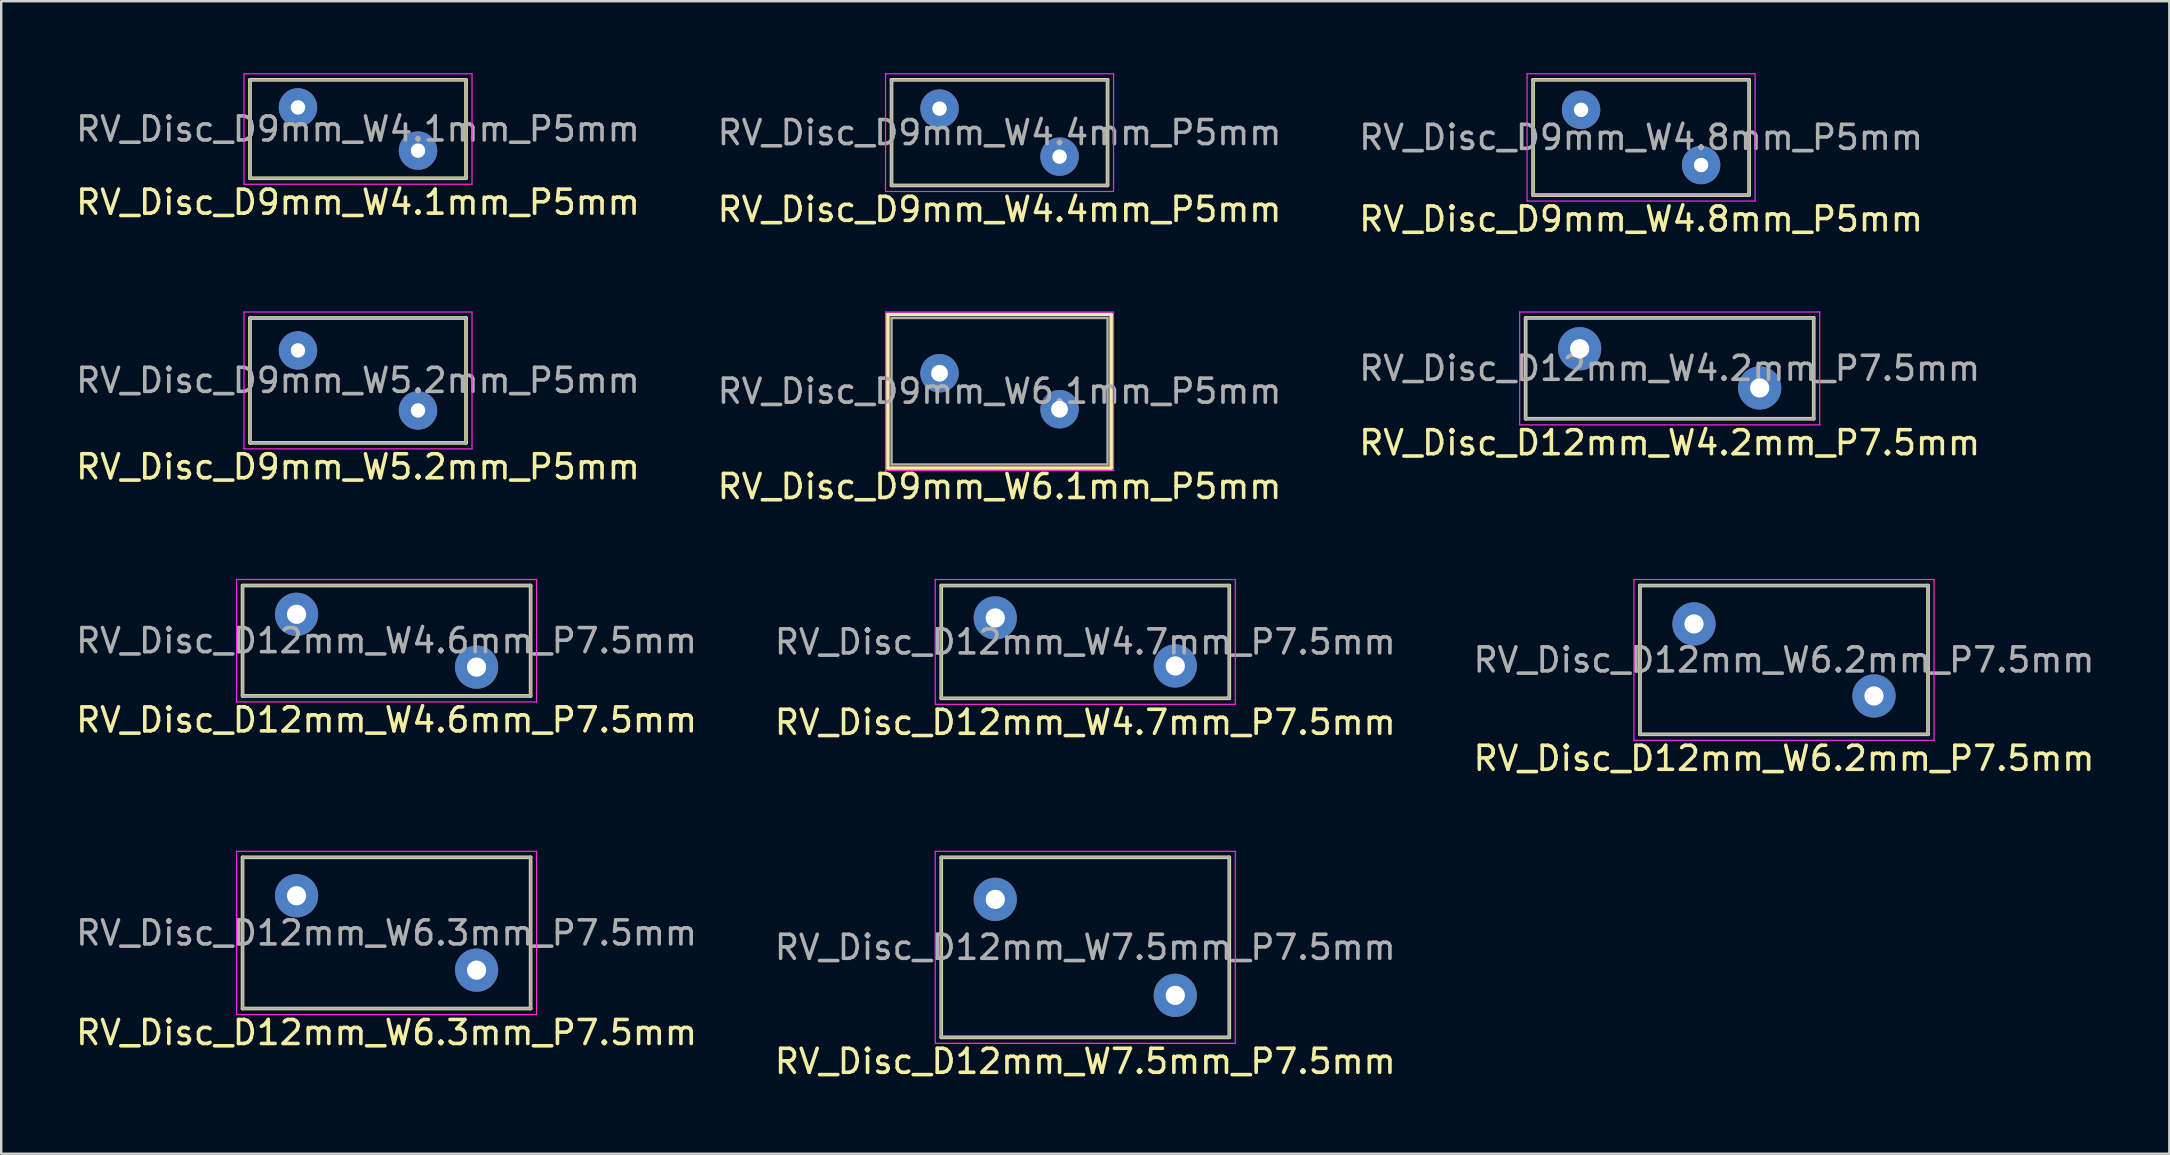
<source format=kicad_pcb>
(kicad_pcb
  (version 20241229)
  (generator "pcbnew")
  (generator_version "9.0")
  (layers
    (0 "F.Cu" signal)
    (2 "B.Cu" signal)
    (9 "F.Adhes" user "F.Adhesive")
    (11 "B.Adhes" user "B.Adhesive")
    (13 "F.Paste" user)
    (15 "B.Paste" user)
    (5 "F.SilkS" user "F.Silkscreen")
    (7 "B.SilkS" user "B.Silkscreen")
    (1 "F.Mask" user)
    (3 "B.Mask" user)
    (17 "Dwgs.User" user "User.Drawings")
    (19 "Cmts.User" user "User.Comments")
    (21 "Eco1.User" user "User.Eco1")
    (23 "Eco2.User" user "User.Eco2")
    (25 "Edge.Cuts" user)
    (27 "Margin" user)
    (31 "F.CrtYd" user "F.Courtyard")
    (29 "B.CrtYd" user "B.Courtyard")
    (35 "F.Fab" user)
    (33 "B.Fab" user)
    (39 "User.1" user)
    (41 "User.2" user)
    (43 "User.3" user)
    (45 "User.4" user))
  (footprint "RV_Disc_D9mm_W5.2mm_P5mm"
    (layer "F.Cu")
    (at 9.363 11.548)
    (property "Reference" "RV_Disc_D9mm_W5.2mm_P5mm" (at 2.5 4.85 0) (layer "F.SilkS") (effects (font (size 1 1) (thickness 0.15))))
    (attr through_hole)
    (fp_line (start -2 -1.35) (end -2 3.85) (stroke (width 0.15) (type solid)) (layer "F.SilkS"))
    (fp_line (start -2 -1.35) (end 7 -1.35) (stroke (width 0.15) (type solid)) (layer "F.SilkS"))
    (fp_line (start -2 3.85) (end 7 3.85) (stroke (width 0.15) (type solid)) (layer "F.SilkS"))
    (fp_line (start 7 -1.35) (end 7 3.85) (stroke (width 0.15) (type solid)) (layer "F.SilkS"))
    (fp_line (start -2.25 -1.6) (end -2.25 4.1) (stroke (width 0.05) (type solid)) (layer "F.CrtYd"))
    (fp_line (start -2.25 -1.6) (end 7.25 -1.6) (stroke (width 0.05) (type solid)) (layer "F.CrtYd"))
    (fp_line (start -2.25 4.1) (end 7.25 4.1) (stroke (width 0.05) (type solid)) (layer "F.CrtYd"))
    (fp_line (start 7.25 -1.6) (end 7.25 4.1) (stroke (width 0.05) (type solid)) (layer "F.CrtYd"))
    (fp_line (start -2 -1.35) (end -2 3.85) (stroke (width 0.1) (type solid)) (layer "F.Fab"))
    (fp_line (start -2 -1.35) (end 7 -1.35) (stroke (width 0.1) (type solid)) (layer "F.Fab"))
    (fp_line (start -2 3.85) (end 7 3.85) (stroke (width 0.1) (type solid)) (layer "F.Fab"))
    (fp_line (start 7 -1.35) (end 7 3.85) (stroke (width 0.1) (type solid)) (layer "F.Fab"))
    (fp_text user "${REFERENCE}" (at 2.5 1.25 0) (layer "F.Fab") (effects (font (size 1 1) (thickness 0.15))))
    (pad "1" thru_hole circle (at 0 0) (size 1.6 1.6) (drill 0.6) (layers "*.Cu" "*.Mask"))
    (pad "2" thru_hole circle (at 5 2.5) (size 1.6 1.6) (drill 0.6) (layers "*.Cu" "*.Mask")))
  (footprint "RV_Disc_D12mm_W6.2mm_P7.5mm"
    (layer "F.Cu")
    (at 67.518 22.942)
    (property "Reference" "RV_Disc_D12mm_W6.2mm_P7.5mm" (at 3.75 5.6 0) (layer "F.SilkS") (effects (font (size 1 1) (thickness 0.15))))
    (attr through_hole)
    (fp_line (start -2.25 -1.6) (end -2.25 4.6) (stroke (width 0.15) (type solid)) (layer "F.SilkS"))
    (fp_line (start -2.25 -1.6) (end 9.75 -1.6) (stroke (width 0.15) (type solid)) (layer "F.SilkS"))
    (fp_line (start -2.25 4.6) (end 9.75 4.6) (stroke (width 0.15) (type solid)) (layer "F.SilkS"))
    (fp_line (start 9.75 -1.6) (end 9.75 4.6) (stroke (width 0.15) (type solid)) (layer "F.SilkS"))
    (fp_line (start -2.5 -1.85) (end -2.5 4.85) (stroke (width 0.05) (type solid)) (layer "F.CrtYd"))
    (fp_line (start -2.5 -1.85) (end 10 -1.85) (stroke (width 0.05) (type solid)) (layer "F.CrtYd"))
    (fp_line (start -2.5 4.85) (end 10 4.85) (stroke (width 0.05) (type solid)) (layer "F.CrtYd"))
    (fp_line (start 10 -1.85) (end 10 4.85) (stroke (width 0.05) (type solid)) (layer "F.CrtYd"))
    (fp_line (start -2.25 -1.6) (end -2.25 4.6) (stroke (width 0.1) (type solid)) (layer "F.Fab"))
    (fp_line (start -2.25 -1.6) (end 9.75 -1.6) (stroke (width 0.1) (type solid)) (layer "F.Fab"))
    (fp_line (start -2.25 4.6) (end 9.75 4.6) (stroke (width 0.1) (type solid)) (layer "F.Fab"))
    (fp_line (start 9.75 -1.6) (end 9.75 4.6) (stroke (width 0.1) (type solid)) (layer "F.Fab"))
    (fp_text user "${REFERENCE}" (at 3.75 1.5 0) (layer "F.Fab") (effects (font (size 1 1) (thickness 0.15))))
    (pad "1" thru_hole circle (at 0 0) (size 1.8 1.8) (drill 0.8) (layers "*.Cu" "*.Mask"))
    (pad "2" thru_hole circle (at 7.5 3) (size 1.8 1.8) (drill 0.8) (layers "*.Cu" "*.Mask")))
  (footprint "RV_Disc_D9mm_W4.8mm_P5mm"
    (layer "F.Cu")
    (at 62.815 1.525)
    (property "Reference" "RV_Disc_D9mm_W4.8mm_P5mm" (at 2.5 4.55 0) (layer "F.SilkS") (effects (font (size 1 1) (thickness 0.15))))
    (attr through_hole)
    (fp_line (start -2 -1.25) (end -2 3.55) (stroke (width 0.15) (type solid)) (layer "F.SilkS"))
    (fp_line (start -2 -1.25) (end 7 -1.25) (stroke (width 0.15) (type solid)) (layer "F.SilkS"))
    (fp_line (start -2 3.55) (end 7 3.55) (stroke (width 0.15) (type solid)) (layer "F.SilkS"))
    (fp_line (start 7 -1.25) (end 7 3.55) (stroke (width 0.15) (type solid)) (layer "F.SilkS"))
    (fp_line (start -2.25 -1.5) (end -2.25 3.8) (stroke (width 0.05) (type solid)) (layer "F.CrtYd"))
    (fp_line (start -2.25 -1.5) (end 7.25 -1.5) (stroke (width 0.05) (type solid)) (layer "F.CrtYd"))
    (fp_line (start -2.25 3.8) (end 7.25 3.8) (stroke (width 0.05) (type solid)) (layer "F.CrtYd"))
    (fp_line (start 7.25 -1.5) (end 7.25 3.8) (stroke (width 0.05) (type solid)) (layer "F.CrtYd"))
    (fp_line (start -2 -1.25) (end -2 3.55) (stroke (width 0.1) (type solid)) (layer "F.Fab"))
    (fp_line (start -2 -1.25) (end 7 -1.25) (stroke (width 0.1) (type solid)) (layer "F.Fab"))
    (fp_line (start -2 3.55) (end 7 3.55) (stroke (width 0.1) (type solid)) (layer "F.Fab"))
    (fp_line (start 7 -1.25) (end 7 3.55) (stroke (width 0.1) (type solid)) (layer "F.Fab"))
    (fp_text user "${REFERENCE}" (at 2.5 1.15 0) (layer "F.Fab") (effects (font (size 1 1) (thickness 0.15))))
    (pad "1" thru_hole circle (at 0 0) (size 1.6 1.6) (drill 0.6) (layers "*.Cu" "*.Mask"))
    (pad "2" thru_hole circle (at 5 2.3) (size 1.6 1.6) (drill 0.6) (layers "*.Cu" "*.Mask")))
  (footprint "RV_Disc_D9mm_W4.1mm_P5mm"
    (layer "F.Cu")
    (at 9.363 1.425)
    (property "Reference" "RV_Disc_D9mm_W4.1mm_P5mm" (at 2.5 3.95 0) (layer "F.SilkS") (effects (font (size 1 1) (thickness 0.15))))
    (attr through_hole)
    (fp_line (start -2 -1.15) (end -2 2.95) (stroke (width 0.15) (type solid)) (layer "F.SilkS"))
    (fp_line (start -2 -1.15) (end 7 -1.15) (stroke (width 0.15) (type solid)) (layer "F.SilkS"))
    (fp_line (start -2 2.95) (end 7 2.95) (stroke (width 0.15) (type solid)) (layer "F.SilkS"))
    (fp_line (start 7 -1.15) (end 7 2.95) (stroke (width 0.15) (type solid)) (layer "F.SilkS"))
    (fp_line (start -2.25 -1.4) (end -2.25 3.2) (stroke (width 0.05) (type solid)) (layer "F.CrtYd"))
    (fp_line (start -2.25 -1.4) (end 7.25 -1.4) (stroke (width 0.05) (type solid)) (layer "F.CrtYd"))
    (fp_line (start -2.25 3.2) (end 7.25 3.2) (stroke (width 0.05) (type solid)) (layer "F.CrtYd"))
    (fp_line (start 7.25 -1.4) (end 7.25 3.2) (stroke (width 0.05) (type solid)) (layer "F.CrtYd"))
    (fp_line (start -2 -1.15) (end -2 2.95) (stroke (width 0.1) (type solid)) (layer "F.Fab"))
    (fp_line (start -2 -1.15) (end 7 -1.15) (stroke (width 0.1) (type solid)) (layer "F.Fab"))
    (fp_line (start -2 2.95) (end 7 2.95) (stroke (width 0.1) (type solid)) (layer "F.Fab"))
    (fp_line (start 7 -1.15) (end 7 2.95) (stroke (width 0.1) (type solid)) (layer "F.Fab"))
    (fp_text user "${REFERENCE}" (at 2.5 0.9 0) (layer "F.Fab") (effects (font (size 1 1) (thickness 0.15))))
    (pad "1" thru_hole circle (at 0 0) (size 1.6 1.6) (drill 0.6) (layers "*.Cu" "*.Mask"))
    (pad "2" thru_hole circle (at 5 1.8) (size 1.6 1.6) (drill 0.6) (layers "*.Cu" "*.Mask")))
  (footprint "RV_Disc_D12mm_W7.5mm_P7.5mm"
    (layer "F.Cu")
    (at 38.411 34.415)
    (property "Reference" "RV_Disc_D12mm_W7.5mm_P7.5mm" (at 3.75 6.75 0) (layer "F.SilkS") (effects (font (size 1 1) (thickness 0.15))))
    (attr through_hole)
    (fp_line (start -2.25 -1.75) (end -2.25 5.75) (stroke (width 0.15) (type solid)) (layer "F.SilkS"))
    (fp_line (start -2.25 -1.75) (end 9.75 -1.75) (stroke (width 0.15) (type solid)) (layer "F.SilkS"))
    (fp_line (start -2.25 5.75) (end 9.75 5.75) (stroke (width 0.15) (type solid)) (layer "F.SilkS"))
    (fp_line (start 9.75 -1.75) (end 9.75 5.75) (stroke (width 0.15) (type solid)) (layer "F.SilkS"))
    (fp_line (start -2.5 -2) (end -2.5 6) (stroke (width 0.05) (type solid)) (layer "F.CrtYd"))
    (fp_line (start -2.5 -2) (end 10 -2) (stroke (width 0.05) (type solid)) (layer "F.CrtYd"))
    (fp_line (start -2.5 6) (end 10 6) (stroke (width 0.05) (type solid)) (layer "F.CrtYd"))
    (fp_line (start 10 -2) (end 10 6) (stroke (width 0.05) (type solid)) (layer "F.CrtYd"))
    (fp_line (start -2.25 -1.75) (end -2.25 5.75) (stroke (width 0.1) (type solid)) (layer "F.Fab"))
    (fp_line (start -2.25 -1.75) (end 9.75 -1.75) (stroke (width 0.1) (type solid)) (layer "F.Fab"))
    (fp_line (start -2.25 5.75) (end 9.75 5.75) (stroke (width 0.1) (type solid)) (layer "F.Fab"))
    (fp_line (start 9.75 -1.75) (end 9.75 5.75) (stroke (width 0.1) (type solid)) (layer "F.Fab"))
    (fp_text user "${REFERENCE}" (at 3.75 2 0) (layer "F.Fab") (effects (font (size 1 1) (thickness 0.15))))
    (pad "1" thru_hole circle (at 0 0) (size 1.8 1.8) (drill 0.8) (layers "*.Cu" "*.Mask"))
    (pad "2" thru_hole circle (at 7.5 4) (size 1.8 1.8) (drill 0.8) (layers "*.Cu" "*.Mask")))
  (footprint "RV_Disc_D12mm_W4.2mm_P7.5mm"
    (layer "F.Cu")
    (at 62.756 11.478)
    (property "Reference" "RV_Disc_D12mm_W4.2mm_P7.5mm" (at 3.75 3.917 0) (layer "F.SilkS") (effects (font (size 1 1) (thickness 0.15))))
    (attr through_hole)
    (fp_line (start -2.25 -1.283) (end -2.25 2.917) (stroke (width 0.15) (type solid)) (layer "F.SilkS"))
    (fp_line (start -2.25 -1.283) (end 9.75 -1.283) (stroke (width 0.15) (type solid)) (layer "F.SilkS"))
    (fp_line (start -2.25 2.917) (end 9.75 2.917) (stroke (width 0.15) (type solid)) (layer "F.SilkS"))
    (fp_line (start 9.75 -1.283) (end 9.75 2.917) (stroke (width 0.15) (type solid)) (layer "F.SilkS"))
    (fp_line (start -2.5 -1.53) (end -2.5 3.17) (stroke (width 0.05) (type solid)) (layer "F.CrtYd"))
    (fp_line (start -2.5 -1.53) (end 10 -1.53) (stroke (width 0.05) (type solid)) (layer "F.CrtYd"))
    (fp_line (start -2.5 3.17) (end 10 3.17) (stroke (width 0.05) (type solid)) (layer "F.CrtYd"))
    (fp_line (start 10 -1.53) (end 10 3.17) (stroke (width 0.05) (type solid)) (layer "F.CrtYd"))
    (fp_line (start -2.25 -1.283) (end -2.25 2.917) (stroke (width 0.1) (type solid)) (layer "F.Fab"))
    (fp_line (start -2.25 -1.283) (end 9.75 -1.283) (stroke (width 0.1) (type solid)) (layer "F.Fab"))
    (fp_line (start -2.25 2.917) (end 9.75 2.917) (stroke (width 0.1) (type solid)) (layer "F.Fab"))
    (fp_line (start 9.75 -1.283) (end 9.75 2.917) (stroke (width 0.1) (type solid)) (layer "F.Fab"))
    (fp_text user "${REFERENCE}" (at 3.75 0.817 0) (layer "F.Fab") (effects (font (size 1 1) (thickness 0.15))))
    (pad "1" thru_hole circle (at 0 0) (size 1.8 1.8) (drill 0.8) (layers "*.Cu" "*.Mask"))
    (pad "2" thru_hole circle (at 7.5 1.633) (size 1.8 1.8) (drill 0.8) (layers "*.Cu" "*.Mask")))
  (footprint "RV_Disc_D12mm_W6.3mm_P7.5mm"
    (layer "F.Cu")
    (at 9.304 34.265)
    (property "Reference" "RV_Disc_D12mm_W6.3mm_P7.5mm" (at 3.75 5.7 0) (layer "F.SilkS") (effects (font (size 1 1) (thickness 0.15))))
    (attr through_hole)
    (fp_line (start -2.25 -1.6) (end -2.25 4.7) (stroke (width 0.15) (type solid)) (layer "F.SilkS"))
    (fp_line (start -2.25 -1.6) (end 9.75 -1.6) (stroke (width 0.15) (type solid)) (layer "F.SilkS"))
    (fp_line (start -2.25 4.7) (end 9.75 4.7) (stroke (width 0.15) (type solid)) (layer "F.SilkS"))
    (fp_line (start 9.75 -1.6) (end 9.75 4.7) (stroke (width 0.15) (type solid)) (layer "F.SilkS"))
    (fp_line (start -2.5 -1.85) (end -2.5 4.95) (stroke (width 0.05) (type solid)) (layer "F.CrtYd"))
    (fp_line (start -2.5 -1.85) (end 10 -1.85) (stroke (width 0.05) (type solid)) (layer "F.CrtYd"))
    (fp_line (start -2.5 4.95) (end 10 4.95) (stroke (width 0.05) (type solid)) (layer "F.CrtYd"))
    (fp_line (start 10 -1.85) (end 10 4.95) (stroke (width 0.05) (type solid)) (layer "F.CrtYd"))
    (fp_line (start -2.25 -1.6) (end -2.25 4.7) (stroke (width 0.1) (type solid)) (layer "F.Fab"))
    (fp_line (start -2.25 -1.6) (end 9.75 -1.6) (stroke (width 0.1) (type solid)) (layer "F.Fab"))
    (fp_line (start -2.25 4.7) (end 9.75 4.7) (stroke (width 0.1) (type solid)) (layer "F.Fab"))
    (fp_line (start 9.75 -1.6) (end 9.75 4.7) (stroke (width 0.1) (type solid)) (layer "F.Fab"))
    (fp_text user "${REFERENCE}" (at 3.75 1.55 0) (layer "F.Fab") (effects (font (size 1 1) (thickness 0.15))))
    (pad "1" thru_hole circle (at 0 0) (size 1.8 1.8) (drill 0.8) (layers "*.Cu" "*.Mask"))
    (pad "2" thru_hole circle (at 7.5 3.1) (size 1.8 1.8) (drill 0.8) (layers "*.Cu" "*.Mask")))
  (footprint "RV_Disc_D9mm_W6.1mm_P5mm"
    (layer "F.Cu")
    (at 36.089 12.498)
    (property "Reference" "RV_Disc_D9mm_W6.1mm_P5mm" (at 2.5 4.72 0) (layer "F.SilkS") (effects (font (size 1 1) (thickness 0.15))))
    (attr through_hole)
    (fp_line (start -2.15 -2.45) (end -2.15 3.95) (stroke (width 0.15) (type solid)) (layer "F.SilkS"))
    (fp_line (start -2.15 -2.45) (end 7.15 -2.45) (stroke (width 0.15) (type solid)) (layer "F.SilkS"))
    (fp_line (start -2.15 3.95) (end 7.15 3.95) (stroke (width 0.15) (type solid)) (layer "F.SilkS"))
    (fp_line (start 7.15 -2.45) (end 7.15 3.95) (stroke (width 0.15) (type solid)) (layer "F.SilkS"))
    (fp_line (start -2.25 -2.55) (end -2.25 4.05) (stroke (width 0.05) (type solid)) (layer "F.CrtYd"))
    (fp_line (start -2.25 -2.55) (end 7.25 -2.55) (stroke (width 0.05) (type solid)) (layer "F.CrtYd"))
    (fp_line (start -2.25 4.05) (end 7.25 4.05) (stroke (width 0.05) (type solid)) (layer "F.CrtYd"))
    (fp_line (start 7.25 -2.55) (end 7.25 4.05) (stroke (width 0.05) (type solid)) (layer "F.CrtYd"))
    (fp_line (start -2 -2.3) (end -2 3.8) (stroke (width 0.1) (type solid)) (layer "F.Fab"))
    (fp_line (start -2 -2.3) (end 7 -2.3) (stroke (width 0.1) (type solid)) (layer "F.Fab"))
    (fp_line (start -2 3.8) (end 7 3.8) (stroke (width 0.1) (type solid)) (layer "F.Fab"))
    (fp_line (start 7 -2.3) (end 7 3.8) (stroke (width 0.1) (type solid)) (layer "F.Fab"))
    (fp_text user "${REFERENCE}" (at 2.5 0.75 0) (layer "F.Fab") (effects (font (size 1 1) (thickness 0.15))))
    (pad "1" thru_hole circle (at 0 0) (size 1.6 1.6) (drill 0.7) (layers "*.Cu" "*.Mask"))
    (pad "2" thru_hole circle (at 5 1.5 90) (size 1.6 1.6) (drill 0.7) (layers "*.Cu" "*.Mask")))
  (footprint "RV_Disc_D9mm_W4.4mm_P5mm"
    (layer "F.Cu")
    (at 36.089 1.475)
    (property "Reference" "RV_Disc_D9mm_W4.4mm_P5mm" (at 2.5 4.2 0) (layer "F.SilkS") (effects (font (size 1 1) (thickness 0.15))))
    (attr through_hole)
    (fp_line (start -2 -1.2) (end -2 3.2) (stroke (width 0.15) (type solid)) (layer "F.SilkS"))
    (fp_line (start -2 -1.2) (end 7 -1.2) (stroke (width 0.15) (type solid)) (layer "F.SilkS"))
    (fp_line (start -2 3.2) (end 7 3.2) (stroke (width 0.15) (type solid)) (layer "F.SilkS"))
    (fp_line (start 7 -1.2) (end 7 3.2) (stroke (width 0.15) (type solid)) (layer "F.SilkS"))
    (fp_line (start -2.25 -1.45) (end -2.25 3.45) (stroke (width 0.05) (type solid)) (layer "F.CrtYd"))
    (fp_line (start -2.25 -1.45) (end 7.25 -1.45) (stroke (width 0.05) (type solid)) (layer "F.CrtYd"))
    (fp_line (start -2.25 3.45) (end 7.25 3.45) (stroke (width 0.05) (type solid)) (layer "F.CrtYd"))
    (fp_line (start 7.25 -1.45) (end 7.25 3.45) (stroke (width 0.05) (type solid)) (layer "F.CrtYd"))
    (fp_line (start -2 -1.2) (end -2 3.2) (stroke (width 0.1) (type solid)) (layer "F.Fab"))
    (fp_line (start -2 -1.2) (end 7 -1.2) (stroke (width 0.1) (type solid)) (layer "F.Fab"))
    (fp_line (start -2 3.2) (end 7 3.2) (stroke (width 0.1) (type solid)) (layer "F.Fab"))
    (fp_line (start 7 -1.2) (end 7 3.2) (stroke (width 0.1) (type solid)) (layer "F.Fab"))
    (fp_text user "${REFERENCE}" (at 2.5 1 0) (layer "F.Fab") (effects (font (size 1 1) (thickness 0.15))))
    (pad "1" thru_hole circle (at 0 0) (size 1.6 1.6) (drill 0.6) (layers "*.Cu" "*.Mask"))
    (pad "2" thru_hole circle (at 5 2) (size 1.6 1.6) (drill 0.6) (layers "*.Cu" "*.Mask")))
  (footprint "RV_Disc_D12mm_W4.6mm_P7.5mm"
    (layer "F.Cu")
    (at 9.304 22.541)
    (property "Reference" "RV_Disc_D12mm_W4.6mm_P7.5mm" (at 3.75 4.4 0) (layer "F.SilkS") (effects (font (size 1 1) (thickness 0.15))))
    (attr through_hole)
    (fp_line (start -2.25 -1.2) (end -2.25 3.4) (stroke (width 0.15) (type solid)) (layer "F.SilkS"))
    (fp_line (start -2.25 -1.2) (end 9.75 -1.2) (stroke (width 0.15) (type solid)) (layer "F.SilkS"))
    (fp_line (start -2.25 3.4) (end 9.75 3.4) (stroke (width 0.15) (type solid)) (layer "F.SilkS"))
    (fp_line (start 9.75 -1.2) (end 9.75 3.4) (stroke (width 0.15) (type solid)) (layer "F.SilkS"))
    (fp_line (start -2.5 -1.45) (end -2.5 3.65) (stroke (width 0.05) (type solid)) (layer "F.CrtYd"))
    (fp_line (start -2.5 -1.45) (end 10 -1.45) (stroke (width 0.05) (type solid)) (layer "F.CrtYd"))
    (fp_line (start -2.5 3.65) (end 10 3.65) (stroke (width 0.05) (type solid)) (layer "F.CrtYd"))
    (fp_line (start 10 -1.45) (end 10 3.65) (stroke (width 0.05) (type solid)) (layer "F.CrtYd"))
    (fp_line (start -2.25 -1.2) (end -2.25 3.4) (stroke (width 0.1) (type solid)) (layer "F.Fab"))
    (fp_line (start -2.25 -1.2) (end 9.75 -1.2) (stroke (width 0.1) (type solid)) (layer "F.Fab"))
    (fp_line (start -2.25 3.4) (end 9.75 3.4) (stroke (width 0.1) (type solid)) (layer "F.Fab"))
    (fp_line (start 9.75 -1.2) (end 9.75 3.4) (stroke (width 0.1) (type solid)) (layer "F.Fab"))
    (fp_text user "${REFERENCE}" (at 3.75 1.1 0) (layer "F.Fab") (effects (font (size 1 1) (thickness 0.15))))
    (pad "1" thru_hole circle (at 0 0) (size 1.8 1.8) (drill 0.8) (layers "*.Cu" "*.Mask"))
    (pad "2" thru_hole circle (at 7.5 2.2) (size 1.8 1.8) (drill 0.8) (layers "*.Cu" "*.Mask")))
  (footprint "RV_Disc_D12mm_W4.7mm_P7.5mm"
    (layer "F.Cu")
    (at 38.411 22.692)
    (property "Reference" "RV_Disc_D12mm_W4.7mm_P7.5mm" (at 3.75 4.35 0) (layer "F.SilkS") (effects (font (size 1 1) (thickness 0.15))))
    (attr through_hole)
    (fp_line (start -2.25 -1.35) (end -2.25 3.35) (stroke (width 0.15) (type solid)) (layer "F.SilkS"))
    (fp_line (start -2.25 -1.35) (end 9.75 -1.35) (stroke (width 0.15) (type solid)) (layer "F.SilkS"))
    (fp_line (start -2.25 3.35) (end 9.75 3.35) (stroke (width 0.15) (type solid)) (layer "F.SilkS"))
    (fp_line (start 9.75 -1.35) (end 9.75 3.35) (stroke (width 0.15) (type solid)) (layer "F.SilkS"))
    (fp_line (start -2.5 -1.6) (end -2.5 3.6) (stroke (width 0.05) (type solid)) (layer "F.CrtYd"))
    (fp_line (start -2.5 -1.6) (end 10 -1.6) (stroke (width 0.05) (type solid)) (layer "F.CrtYd"))
    (fp_line (start -2.5 3.6) (end 10 3.6) (stroke (width 0.05) (type solid)) (layer "F.CrtYd"))
    (fp_line (start 10 -1.6) (end 10 3.6) (stroke (width 0.05) (type solid)) (layer "F.CrtYd"))
    (fp_line (start -2.25 -1.35) (end -2.25 3.35) (stroke (width 0.1) (type solid)) (layer "F.Fab"))
    (fp_line (start -2.25 -1.35) (end 9.75 -1.35) (stroke (width 0.1) (type solid)) (layer "F.Fab"))
    (fp_line (start -2.25 3.35) (end 9.75 3.35) (stroke (width 0.1) (type solid)) (layer "F.Fab"))
    (fp_line (start 9.75 -1.35) (end 9.75 3.35) (stroke (width 0.1) (type solid)) (layer "F.Fab"))
    (fp_text user "${REFERENCE}" (at 3.75 1 0) (layer "F.Fab") (effects (font (size 1 1) (thickness 0.15))))
    (pad "1" thru_hole circle (at 0 0) (size 1.8 1.8) (drill 0.8) (layers "*.Cu" "*.Mask"))
    (pad "2" thru_hole circle (at 7.5 2) (size 1.8 1.8) (drill 0.8) (layers "*.Cu" "*.Mask")))
  (gr_rect
    (start -3 -3)
    (end 87.321 45.013)
    (stroke (width 0.1) (type default))
    (fill no)
    (layer "Edge.Cuts")))
</source>
